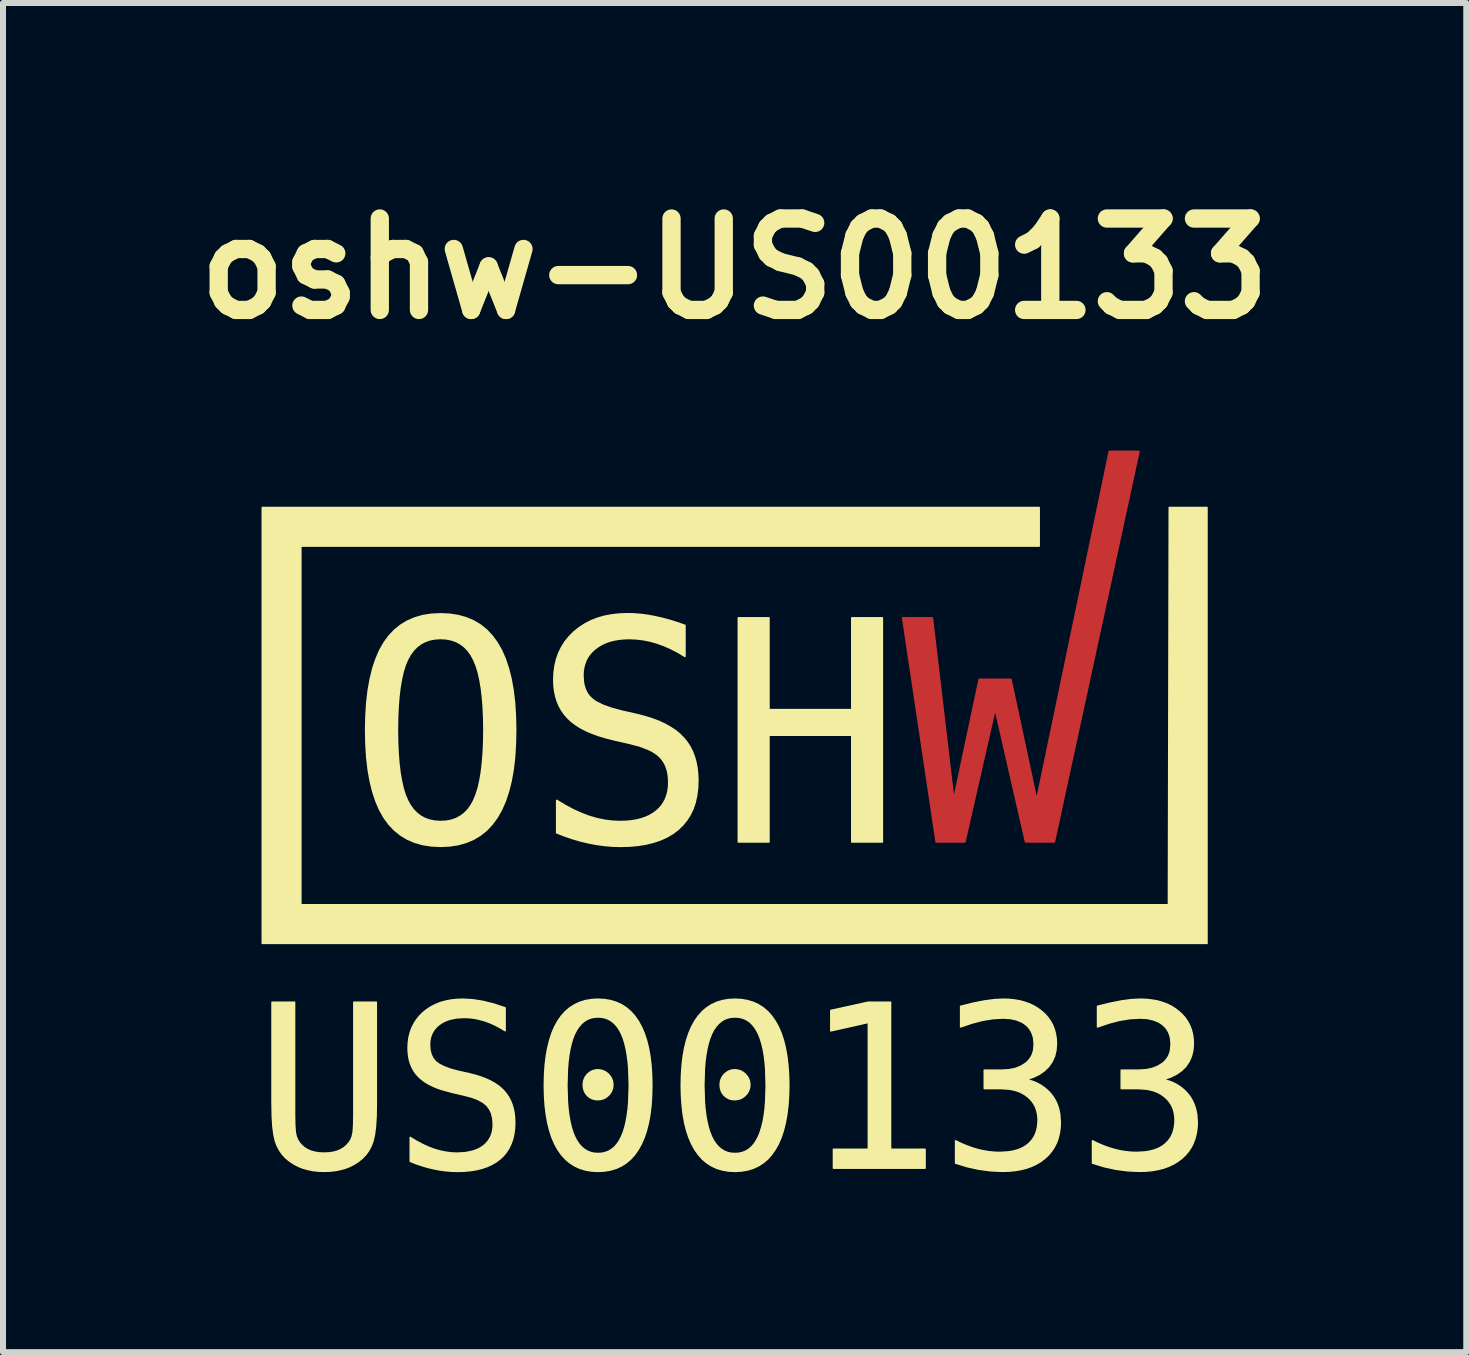
<source format=kicad_pcb>
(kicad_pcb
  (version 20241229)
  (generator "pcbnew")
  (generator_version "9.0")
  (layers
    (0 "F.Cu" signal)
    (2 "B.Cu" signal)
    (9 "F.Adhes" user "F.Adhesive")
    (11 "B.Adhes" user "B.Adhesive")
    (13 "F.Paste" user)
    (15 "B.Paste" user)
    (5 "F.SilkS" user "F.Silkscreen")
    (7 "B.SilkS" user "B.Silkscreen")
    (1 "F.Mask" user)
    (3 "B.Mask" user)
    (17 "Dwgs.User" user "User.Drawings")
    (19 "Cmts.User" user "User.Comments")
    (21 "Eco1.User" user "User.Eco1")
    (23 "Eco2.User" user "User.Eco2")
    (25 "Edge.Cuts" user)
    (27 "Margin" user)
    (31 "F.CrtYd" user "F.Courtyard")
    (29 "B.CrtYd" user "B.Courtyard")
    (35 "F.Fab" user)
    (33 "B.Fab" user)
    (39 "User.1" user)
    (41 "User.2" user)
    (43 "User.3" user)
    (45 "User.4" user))
  (footprint "oshw-US00133"
    (layer "F.Cu")
    (at 9.195 10.475)
    (property "Reference" "oshw-US00133" (at 0 -9.048 0) (layer "F.SilkS") (effects (font (size 1.524 1.524) (thickness 0.305))))
    (attr smd)
    (fp_poly (pts (xy 2.802 -3.226) (xy 3.295 -3.226) (xy 3.652 -0.195) (xy 4.077 -2.201) (xy 4.605 -2.201) (xy 5.035 -0.19) (xy 6.246 -6) (xy 6.739 -6) (xy 5.328 0.508) (xy 4.85 0.508) (xy 4.342 -1.711) (xy 3.837 0.508) (xy 3.36 0.508) (xy 2.802 -3.226) (xy 2.802 -3.226)) (stroke (width 0.028) (type solid)) (fill yes) (layer "F.Cu"))
    (fp_poly (pts (xy 2.802 -3.226) (xy 3.295 -3.226) (xy 3.652 -0.195) (xy 4.077 -2.201) (xy 4.605 -2.201) (xy 5.035 -0.19) (xy 6.246 -6) (xy 6.739 -6) (xy 5.328 0.508) (xy 4.85 0.508) (xy 4.342 -1.711) (xy 3.837 0.508) (xy 3.36 0.508) (xy 2.802 -3.226) (xy 2.802 -3.226)) (stroke (width 0.028) (type solid)) (fill yes) (layer "F.Mask"))
    (fp_poly (pts (xy 1.647 5.631) (xy 2.229 5.631) (xy 2.229 3.517) (xy 1.603 3.658) (xy 1.603 3.317) (xy 2.225 3.18) (xy 2.599 3.18) (xy 2.599 5.631) (xy 3.174 5.631) (xy 3.174 5.946) (xy 1.647 5.946) (xy 1.647 5.631)) (stroke (width 0.025) (type solid)) (fill yes) (layer "F.SilkS"))
    (fp_poly (pts (xy 0.063 -3.226) (xy 0.571 -3.226) (xy 0.571 -1.696) (xy 1.954 -1.696) (xy 1.954 -3.226) (xy 2.461 -3.226) (xy 2.461 0.508) (xy 1.954 0.508) (xy 1.954 -1.271) (xy 0.571 -1.271) (xy 0.571 0.508) (xy 0.063 0.508) (xy 0.063 -3.226)) (stroke (width 0.028) (type solid)) (fill yes) (layer "F.SilkS"))
    (fp_poly (pts (xy -7.872 -5.065) (xy -7.872 -4.745) (xy -7.872 1.878) (xy -7.872 2.198) (xy -7.552 2.198) (xy 7.552 2.198) (xy 7.872 2.198) (xy 7.872 1.878) (xy 7.872 -5.065) (xy 7.246 -5.065) (xy 7.232 1.557) (xy -7.232 1.557) (xy -7.232 -4.424) (xy 5.075 -4.424) (xy 5.075 -5.065) (xy -7.552 -5.065) (xy -7.872 -5.065) (xy -7.872 -5.065)) (stroke (width 0.028) (type solid)) (fill yes) (layer "F.SilkS"))
    (fp_poly (pts (xy -2.523 4.556) (xy -2.519 4.507) (xy -2.506 4.461) (xy -2.484 4.419) (xy -2.453 4.38) (xy -2.415 4.348) (xy -2.374 4.325) (xy -2.329 4.311) (xy -2.281 4.306) (xy -2.231 4.311) (xy -2.185 4.325) (xy -2.142 4.348) (xy -2.103 4.38) (xy -2.071 4.419) (xy -2.048 4.461) (xy -2.034 4.507) (xy -2.029 4.556) (xy -2.034 4.606) (xy -2.048 4.652) (xy -2.071 4.694) (xy -2.103 4.732) (xy -2.141 4.764) (xy -2.184 4.787) (xy -2.23 4.8) (xy -2.281 4.805) (xy -2.331 4.801) (xy -2.376 4.788) (xy -2.418 4.766) (xy -2.455 4.735) (xy -2.485 4.698) (xy -2.506 4.656) (xy -2.519 4.609) (xy -2.523 4.557) (xy -2.523 4.557) (xy -2.523 4.556)) (stroke (width 0.025) (type solid)) (fill yes) (layer "F.SilkS"))
    (fp_poly (pts (xy -0.241 4.556) (xy -0.237 4.507) (xy -0.224 4.461) (xy -0.202 4.419) (xy -0.171 4.38) (xy -0.133 4.348) (xy -0.092 4.325) (xy -0.047 4.311) (xy 0.001 4.306) (xy 0.051 4.311) (xy 0.098 4.325) (xy 0.14 4.348) (xy 0.179 4.38) (xy 0.212 4.419) (xy 0.235 4.461) (xy 0.249 4.507) (xy 0.254 4.556) (xy 0.249 4.606) (xy 0.235 4.652) (xy 0.212 4.694) (xy 0.179 4.732) (xy 0.141 4.764) (xy 0.099 4.787) (xy 0.052 4.8) (xy 0.001 4.805) (xy -0.048 4.801) (xy -0.094 4.788) (xy -0.135 4.766) (xy -0.173 4.735) (xy -0.203 4.698) (xy -0.224 4.656) (xy -0.237 4.609) (xy -0.241 4.557) (xy -0.241 4.557) (xy -0.241 4.556)) (stroke (width 0.025) (type solid)) (fill yes) (layer "F.SilkS"))
    (fp_poly (pts (xy -7.711 4.884) (xy -7.711 3.18) (xy -7.335 3.18) (xy -7.335 5.055) (xy -7.332 5.228) (xy -7.324 5.344) (xy -7.308 5.419) (xy -7.285 5.475) (xy -7.252 5.527) (xy -7.212 5.571) (xy -7.167 5.609) (xy -7.114 5.64) (xy -7.055 5.665) (xy -6.99 5.682) (xy -6.919 5.692) (xy -6.842 5.695) (xy -6.764 5.692) (xy -6.693 5.682) (xy -6.628 5.665) (xy -6.569 5.64) (xy -6.517 5.609) (xy -6.471 5.571) (xy -6.431 5.527) (xy -6.397 5.475) (xy -6.374 5.419) (xy -6.358 5.344) (xy -6.35 5.23) (xy -6.347 5.058) (xy -6.347 3.18) (xy -5.973 3.18) (xy -5.973 4.884) (xy -5.976 5.081) (xy -5.986 5.247) (xy -6.003 5.383) (xy -6.026 5.488) (xy -6.057 5.573) (xy -6.098 5.651) (xy -6.148 5.721) (xy -6.208 5.783) (xy -6.271 5.834) (xy -6.339 5.878) (xy -6.411 5.916) (xy -6.488 5.946) (xy -6.569 5.969) (xy -6.655 5.986) (xy -6.746 5.996) (xy -6.841 5.999) (xy -6.936 5.996) (xy -7.027 5.986) (xy -7.112 5.969) (xy -7.193 5.946) (xy -7.27 5.916) (xy -7.343 5.878) (xy -7.411 5.834) (xy -7.475 5.783) (xy -7.534 5.721) (xy -7.584 5.651) (xy -7.625 5.573) (xy -7.657 5.486) (xy -7.68 5.38) (xy -7.697 5.244) (xy -7.707 5.079) (xy -7.71 4.884) (xy -7.711 4.884)) (stroke (width 0.025) (type solid)) (fill yes) (layer "F.SilkS"))
    (fp_poly (pts (xy -2.277 3.13) (xy -2.277 3.426) (xy -2.213 3.43) (xy -2.154 3.443) (xy -2.099 3.465) (xy -2.048 3.496) (xy -2.001 3.536) (xy -1.958 3.584) (xy -1.92 3.641) (xy -1.886 3.707) (xy -1.855 3.782) (xy -1.829 3.867) (xy -1.807 3.96) (xy -1.789 4.063) (xy -1.774 4.174) (xy -1.764 4.295) (xy -1.756 4.565) (xy -1.764 4.834) (xy -1.774 4.955) (xy -1.789 5.066) (xy -1.807 5.169) (xy -1.829 5.262) (xy -1.855 5.346) (xy -1.886 5.421) (xy -1.92 5.487) (xy -1.958 5.544) (xy -2.001 5.593) (xy -2.048 5.632) (xy -2.099 5.663) (xy -2.154 5.685) (xy -2.213 5.698) (xy -2.277 5.702) (xy -2.34 5.698) (xy -2.399 5.685) (xy -2.454 5.663) (xy -2.505 5.632) (xy -2.552 5.593) (xy -2.595 5.544) (xy -2.633 5.487) (xy -2.668 5.421) (xy -2.698 5.346) (xy -2.724 5.262) (xy -2.746 5.169) (xy -2.764 5.066) (xy -2.778 4.955) (xy -2.788 4.834) (xy -2.796 4.565) (xy -2.788 4.295) (xy -2.778 4.174) (xy -2.764 4.063) (xy -2.746 3.96) (xy -2.724 3.867) (xy -2.698 3.782) (xy -2.668 3.707) (xy -2.633 3.641) (xy -2.595 3.584) (xy -2.552 3.536) (xy -2.505 3.496) (xy -2.454 3.465) (xy -2.399 3.443) (xy -2.34 3.43) (xy -2.277 3.426) (xy -2.277 3.13) (xy -2.384 3.136) (xy -2.485 3.153) (xy -2.578 3.181) (xy -2.665 3.221) (xy -2.746 3.272) (xy -2.819 3.334) (xy -2.886 3.408) (xy -2.946 3.493) (xy -2.999 3.589) (xy -3.045 3.696) (xy -3.083 3.814) (xy -3.115 3.943) (xy -3.14 4.083) (xy -3.158 4.233) (xy -3.168 4.394) (xy -3.172 4.566) (xy -3.168 4.738) (xy -3.158 4.898) (xy -3.14 5.048) (xy -3.115 5.188) (xy -3.083 5.316) (xy -3.045 5.434) (xy -2.999 5.541) (xy -2.946 5.637) (xy -2.886 5.722) (xy -2.819 5.796) (xy -2.746 5.858) (xy -2.665 5.909) (xy -2.578 5.949) (xy -2.485 5.977) (xy -2.384 5.994) (xy -2.277 6) (xy -2.17 5.994) (xy -2.069 5.977) (xy -1.975 5.949) (xy -1.888 5.909) (xy -1.808 5.858) (xy -1.735 5.796) (xy -1.668 5.722) (xy -1.608 5.637) (xy -1.555 5.541) (xy -1.508 5.434) (xy -1.469 5.316) (xy -1.437 5.188) (xy -1.412 5.048) (xy -1.394 4.898) (xy -1.384 4.738) (xy -1.38 4.566) (xy -1.384 4.394) (xy -1.394 4.233) (xy -1.412 4.083) (xy -1.437 3.943) (xy -1.469 3.814) (xy -1.508 3.696) (xy -1.555 3.589) (xy -1.608 3.493) (xy -1.668 3.408) (xy -1.735 3.334) (xy -1.808 3.272) (xy -1.888 3.221) (xy -1.975 3.181) (xy -2.069 3.153) (xy -2.17 3.136) (xy -2.277 3.13) (xy -2.277 3.13)) (stroke (width 0.025) (type solid)) (fill yes) (layer "F.SilkS"))
    (fp_poly (pts (xy 0.005 3.13) (xy 0.006 3.426) (xy 0.069 3.43) (xy 0.129 3.443) (xy 0.184 3.465) (xy 0.235 3.496) (xy 0.282 3.536) (xy 0.324 3.584) (xy 0.362 3.641) (xy 0.397 3.707) (xy 0.427 3.782) (xy 0.453 3.867) (xy 0.476 3.96) (xy 0.494 4.063) (xy 0.508 4.174) (xy 0.518 4.295) (xy 0.526 4.565) (xy 0.518 4.834) (xy 0.508 4.955) (xy 0.494 5.066) (xy 0.476 5.169) (xy 0.453 5.262) (xy 0.427 5.346) (xy 0.397 5.421) (xy 0.362 5.487) (xy 0.324 5.544) (xy 0.282 5.593) (xy 0.235 5.632) (xy 0.184 5.663) (xy 0.129 5.685) (xy 0.069 5.698) (xy 0.006 5.702) (xy -0.058 5.698) (xy -0.117 5.685) (xy -0.172 5.663) (xy -0.223 5.632) (xy -0.269 5.593) (xy -0.312 5.544) (xy -0.351 5.487) (xy -0.385 5.421) (xy -0.415 5.346) (xy -0.441 5.262) (xy -0.463 5.169) (xy -0.481 5.066) (xy -0.495 4.955) (xy -0.505 4.834) (xy -0.513 4.565) (xy -0.505 4.295) (xy -0.495 4.174) (xy -0.481 4.063) (xy -0.463 3.96) (xy -0.441 3.867) (xy -0.415 3.782) (xy -0.385 3.707) (xy -0.351 3.641) (xy -0.312 3.584) (xy -0.269 3.536) (xy -0.223 3.496) (xy -0.172 3.465) (xy -0.117 3.443) (xy -0.058 3.43) (xy 0.006 3.426) (xy 0.005 3.13) (xy -0.102 3.136) (xy -0.202 3.153) (xy -0.296 3.181) (xy -0.383 3.221) (xy -0.463 3.272) (xy -0.537 3.334) (xy -0.603 3.408) (xy -0.663 3.493) (xy -0.716 3.589) (xy -0.762 3.696) (xy -0.801 3.814) (xy -0.833 3.943) (xy -0.858 4.083) (xy -0.875 4.233) (xy -0.886 4.394) (xy -0.89 4.566) (xy -0.886 4.738) (xy -0.875 4.898) (xy -0.858 5.048) (xy -0.833 5.188) (xy -0.801 5.316) (xy -0.762 5.434) (xy -0.716 5.541) (xy -0.663 5.637) (xy -0.603 5.722) (xy -0.537 5.796) (xy -0.463 5.858) (xy -0.383 5.909) (xy -0.296 5.949) (xy -0.202 5.977) (xy -0.102 5.994) (xy 0.005 6) (xy 0.113 5.994) (xy 0.213 5.977) (xy 0.307 5.949) (xy 0.394 5.909) (xy 0.474 5.858) (xy 0.548 5.796) (xy 0.614 5.722) (xy 0.674 5.637) (xy 0.728 5.541) (xy 0.774 5.434) (xy 0.813 5.316) (xy 0.845 5.188) (xy 0.87 5.048) (xy 0.888 4.898) (xy 0.899 4.738) (xy 0.903 4.566) (xy 0.899 4.394) (xy 0.888 4.233) (xy 0.87 4.083) (xy 0.845 3.943) (xy 0.813 3.814) (xy 0.774 3.696) (xy 0.728 3.589) (xy 0.674 3.493) (xy 0.614 3.408) (xy 0.548 3.334) (xy 0.474 3.272) (xy 0.394 3.221) (xy 0.307 3.181) (xy 0.213 3.153) (xy 0.113 3.136) (xy 0.006 3.13) (xy 0.005 3.13)) (stroke (width 0.025) (type solid)) (fill yes) (layer "F.SilkS"))
    (fp_poly (pts (xy -4.178 -1.356) (xy -3.651 -1.355) (xy -3.656 -1.119) (xy -3.67 -0.898) (xy -3.694 -0.693) (xy -3.728 -0.503) (xy -3.772 -0.329) (xy -3.825 -0.17) (xy -3.888 -0.027) (xy -3.961 0.101) (xy -4.043 0.213) (xy -4.135 0.311) (xy -4.237 0.393) (xy -4.35 0.461) (xy -4.472 0.513) (xy -4.605 0.551) (xy -4.748 0.573) (xy -4.901 0.58) (xy -5.054 0.573) (xy -5.197 0.551) (xy -5.33 0.513) (xy -5.453 0.461) (xy -5.565 0.394) (xy -5.667 0.312) (xy -5.76 0.215) (xy -5.842 0.103) (xy -5.914 -0.024) (xy -5.976 -0.167) (xy -6.029 -0.326) (xy -6.072 -0.5) (xy -6.106 -0.69) (xy -6.13 -0.896) (xy -6.144 -1.118) (xy -6.149 -1.355) (xy -6.144 -1.592) (xy -6.13 -1.813) (xy -6.106 -2.018) (xy -6.072 -2.208) (xy -6.029 -2.383) (xy -5.976 -2.542) (xy -5.914 -2.685) (xy -5.841 -2.813) (xy -5.759 -2.925) (xy -5.666 -3.023) (xy -5.564 -3.105) (xy -5.451 -3.173) (xy -5.329 -3.225) (xy -5.196 -3.263) (xy -5.054 -3.285) (xy -4.901 -3.292) (xy -4.748 -3.285) (xy -4.605 -3.263) (xy -4.472 -3.225) (xy -4.35 -3.173) (xy -4.237 -3.105) (xy -4.135 -3.023) (xy -4.043 -2.925) (xy -3.961 -2.813) (xy -3.888 -2.685) (xy -3.825 -2.542) (xy -3.772 -2.383) (xy -3.728 -2.208) (xy -3.694 -2.018) (xy -3.67 -1.813) (xy -3.656 -1.592) (xy -3.651 -1.355) (xy -3.651 -1.355) (xy -4.178 -1.356) (xy -4.181 -1.554) (xy -4.189 -1.738) (xy -4.203 -1.907) (xy -4.221 -2.061) (xy -4.245 -2.2) (xy -4.274 -2.325) (xy -4.309 -2.436) (xy -4.349 -2.531) (xy -4.394 -2.614) (xy -4.446 -2.685) (xy -4.505 -2.746) (xy -4.571 -2.795) (xy -4.643 -2.834) (xy -4.723 -2.862) (xy -4.809 -2.878) (xy -4.902 -2.884) (xy -4.994 -2.878) (xy -5.08 -2.862) (xy -5.159 -2.834) (xy -5.231 -2.796) (xy -5.297 -2.746) (xy -5.356 -2.685) (xy -5.408 -2.614) (xy -5.454 -2.531) (xy -5.494 -2.436) (xy -5.528 -2.325) (xy -5.556 -2.201) (xy -5.58 -2.061) (xy -5.598 -1.907) (xy -5.611 -1.738) (xy -5.619 -1.554) (xy -5.622 -1.356) (xy -5.619 -1.158) (xy -5.611 -0.975) (xy -5.598 -0.806) (xy -5.58 -0.652) (xy -5.556 -0.513) (xy -5.528 -0.388) (xy -5.494 -0.278) (xy -5.454 -0.183) (xy -5.408 -0.1) (xy -5.356 -0.029) (xy -5.297 0.032) (xy -5.231 0.082) (xy -5.159 0.12) (xy -5.08 0.148) (xy -4.994 0.164) (xy -4.902 0.17) (xy -4.809 0.165) (xy -4.723 0.149) (xy -4.643 0.121) (xy -4.571 0.083) (xy -4.505 0.034) (xy -4.446 -0.026) (xy -4.394 -0.097) (xy -4.349 -0.179) (xy -4.309 -0.275) (xy -4.274 -0.385) (xy -4.245 -0.51) (xy -4.221 -0.65) (xy -4.203 -0.804) (xy -4.189 -0.973) (xy -4.181 -1.157) (xy -4.178 -1.355) (xy -4.178 -1.356)) (stroke (width 0.028) (type solid)) (fill yes) (layer "F.SilkS"))
    (fp_poly (pts (xy 4.867 4.466) (xy 4.995 4.509) (xy 5.053 4.536) (xy 5.107 4.566) (xy 5.157 4.6) (xy 5.203 4.638) (xy 5.246 4.679) (xy 5.284 4.723) (xy 5.318 4.77) (xy 5.347 4.821) (xy 5.372 4.874) (xy 5.392 4.93) (xy 5.408 4.989) (xy 5.419 5.05) (xy 5.428 5.183) (xy 5.424 5.276) (xy 5.412 5.363) (xy 5.392 5.446) (xy 5.364 5.524) (xy 5.327 5.596) (xy 5.283 5.664) (xy 5.231 5.726) (xy 5.17 5.783) (xy 5.103 5.834) (xy 5.03 5.878) (xy 4.951 5.915) (xy 4.865 5.946) (xy 4.773 5.969) (xy 4.675 5.986) (xy 4.571 5.996) (xy 4.461 5.999) (xy 4.268 5.99) (xy 4.072 5.964) (xy 3.875 5.921) (xy 3.683 5.862) (xy 3.683 5.49) (xy 3.777 5.536) (xy 3.87 5.575) (xy 3.963 5.609) (xy 4.055 5.636) (xy 4.147 5.657) (xy 4.238 5.672) (xy 4.329 5.681) (xy 4.42 5.684) (xy 4.565 5.675) (xy 4.631 5.664) (xy 4.692 5.649) (xy 4.749 5.63) (xy 4.801 5.606) (xy 4.849 5.578) (xy 4.893 5.545) (xy 4.931 5.508) (xy 4.965 5.468) (xy 4.993 5.424) (xy 5.016 5.376) (xy 5.034 5.324) (xy 5.047 5.268) (xy 5.055 5.208) (xy 5.058 5.145) (xy 5.055 5.086) (xy 5.047 5.031) (xy 5.034 4.978) (xy 5.016 4.929) (xy 4.993 4.883) (xy 4.965 4.84) (xy 4.931 4.8) (xy 4.893 4.763) (xy 4.85 4.73) (xy 4.803 4.701) (xy 4.753 4.676) (xy 4.699 4.656) (xy 4.641 4.641) (xy 4.58 4.629) (xy 4.446 4.62) (xy 4.161 4.62) (xy 4.161 4.313) (xy 4.446 4.313) (xy 4.568 4.306) (xy 4.676 4.285) (xy 4.769 4.249) (xy 4.848 4.2) (xy 4.882 4.17) (xy 4.911 4.138) (xy 4.936 4.103) (xy 4.957 4.065) (xy 4.972 4.024) (xy 4.984 3.981) (xy 4.993 3.885) (xy 4.985 3.785) (xy 4.974 3.739) (xy 4.959 3.697) (xy 4.94 3.658) (xy 4.917 3.622) (xy 4.89 3.589) (xy 4.858 3.559) (xy 4.823 3.532) (xy 4.784 3.509) (xy 4.696 3.473) (xy 4.593 3.451) (xy 4.476 3.444) (xy 4.309 3.453) (xy 4.135 3.481) (xy 3.955 3.528) (xy 3.767 3.592) (xy 3.767 3.248) (xy 3.978 3.196) (xy 4.165 3.159) (xy 4.331 3.137) (xy 4.476 3.13) (xy 4.575 3.133) (xy 4.668 3.143) (xy 4.756 3.158) (xy 4.839 3.181) (xy 4.917 3.209) (xy 4.99 3.244) (xy 5.058 3.286) (xy 5.121 3.334) (xy 5.178 3.386) (xy 5.227 3.443) (xy 5.269 3.504) (xy 5.303 3.569) (xy 5.329 3.638) (xy 5.348 3.712) (xy 5.36 3.789) (xy 5.364 3.871) (xy 5.356 3.98) (xy 5.332 4.08) (xy 5.292 4.17) (xy 5.236 4.251) (xy 5.165 4.321) (xy 5.081 4.38) (xy 4.981 4.429) (xy 4.867 4.466) (xy 4.867 4.465) (xy 4.867 4.466)) (stroke (width 0.025) (type solid)) (fill yes) (layer "F.SilkS"))
    (fp_poly (pts (xy 7.149 4.466) (xy 7.278 4.509) (xy 7.336 4.536) (xy 7.39 4.566) (xy 7.44 4.6) (xy 7.486 4.638) (xy 7.528 4.679) (xy 7.566 4.723) (xy 7.6 4.77) (xy 7.629 4.821) (xy 7.654 4.874) (xy 7.674 4.93) (xy 7.69 4.989) (xy 7.702 5.05) (xy 7.711 5.183) (xy 7.707 5.276) (xy 7.694 5.363) (xy 7.674 5.446) (xy 7.646 5.524) (xy 7.61 5.596) (xy 7.566 5.664) (xy 7.513 5.726) (xy 7.453 5.783) (xy 7.386 5.834) (xy 7.313 5.878) (xy 7.233 5.915) (xy 7.148 5.946) (xy 7.056 5.969) (xy 6.958 5.986) (xy 6.854 5.996) (xy 6.743 5.999) (xy 6.551 5.99) (xy 6.354 5.964) (xy 6.158 5.921) (xy 5.965 5.862) (xy 5.965 5.49) (xy 6.059 5.536) (xy 6.153 5.575) (xy 6.246 5.609) (xy 6.338 5.636) (xy 6.429 5.657) (xy 6.521 5.672) (xy 6.612 5.681) (xy 6.703 5.684) (xy 6.848 5.675) (xy 6.913 5.664) (xy 6.975 5.649) (xy 7.031 5.63) (xy 7.084 5.606) (xy 7.132 5.578) (xy 7.175 5.545) (xy 7.214 5.508) (xy 7.247 5.468) (xy 7.276 5.424) (xy 7.299 5.376) (xy 7.317 5.324) (xy 7.33 5.268) (xy 7.338 5.208) (xy 7.341 5.145) (xy 7.338 5.086) (xy 7.33 5.031) (xy 7.317 4.978) (xy 7.299 4.929) (xy 7.276 4.883) (xy 7.247 4.84) (xy 7.214 4.8) (xy 7.175 4.763) (xy 7.132 4.73) (xy 7.086 4.701) (xy 7.035 4.676) (xy 6.981 4.656) (xy 6.924 4.641) (xy 6.862 4.629) (xy 6.729 4.62) (xy 6.444 4.62) (xy 6.444 4.313) (xy 6.729 4.313) (xy 6.851 4.306) (xy 6.958 4.285) (xy 7.051 4.249) (xy 7.131 4.2) (xy 7.165 4.17) (xy 7.194 4.138) (xy 7.219 4.103) (xy 7.239 4.065) (xy 7.255 4.024) (xy 7.266 3.981) (xy 7.275 3.885) (xy 7.267 3.785) (xy 7.257 3.739) (xy 7.242 3.697) (xy 7.223 3.658) (xy 7.2 3.622) (xy 7.172 3.589) (xy 7.14 3.559) (xy 7.105 3.532) (xy 7.067 3.509) (xy 6.978 3.473) (xy 6.876 3.451) (xy 6.759 3.444) (xy 6.591 3.453) (xy 6.418 3.481) (xy 6.238 3.528) (xy 6.049 3.592) (xy 6.049 3.248) (xy 6.261 3.196) (xy 6.448 3.159) (xy 6.613 3.137) (xy 6.759 3.13) (xy 6.857 3.133) (xy 6.951 3.143) (xy 7.039 3.158) (xy 7.122 3.181) (xy 7.2 3.209) (xy 7.273 3.244) (xy 7.341 3.286) (xy 7.403 3.334) (xy 7.46 3.386) (xy 7.51 3.443) (xy 7.551 3.504) (xy 7.585 3.569) (xy 7.612 3.638) (xy 7.631 3.712) (xy 7.642 3.789) (xy 7.646 3.871) (xy 7.638 3.98) (xy 7.614 4.08) (xy 7.574 4.17) (xy 7.519 4.251) (xy 7.448 4.321) (xy 7.363 4.38) (xy 7.264 4.429) (xy 7.15 4.466) (xy 7.15 4.465) (xy 7.149 4.466)) (stroke (width 0.025) (type solid)) (fill yes) (layer "F.SilkS"))
    (fp_poly (pts (xy -3.826 3.274) (xy -3.826 3.654) (xy -3.911 3.603) (xy -3.997 3.558) (xy -4.082 3.52) (xy -4.168 3.489) (xy -4.254 3.465) (xy -4.34 3.447) (xy -4.426 3.437) (xy -4.513 3.434) (xy -4.639 3.442) (xy -4.75 3.465) (xy -4.801 3.483) (xy -4.848 3.504) (xy -4.891 3.529) (xy -4.932 3.558) (xy -4.968 3.59) (xy -4.999 3.625) (xy -5.025 3.662) (xy -5.047 3.702) (xy -5.064 3.745) (xy -5.076 3.791) (xy -5.083 3.839) (xy -5.085 3.89) (xy -5.079 3.976) (xy -5.06 4.052) (xy -5.029 4.116) (xy -4.985 4.17) (xy -4.923 4.216) (xy -4.839 4.258) (xy -4.734 4.297) (xy -4.607 4.331) (xy -4.41 4.375) (xy -4.316 4.4) (xy -4.229 4.427) (xy -4.148 4.458) (xy -4.074 4.492) (xy -4.006 4.529) (xy -3.945 4.57) (xy -3.891 4.614) (xy -3.843 4.661) (xy -3.802 4.712) (xy -3.765 4.767) (xy -3.735 4.826) (xy -3.71 4.89) (xy -3.69 4.959) (xy -3.676 5.032) (xy -3.668 5.109) (xy -3.665 5.19) (xy -3.669 5.286) (xy -3.681 5.376) (xy -3.7 5.46) (xy -3.727 5.538) (xy -3.761 5.61) (xy -3.803 5.677) (xy -3.853 5.738) (xy -3.91 5.792) (xy -3.975 5.841) (xy -4.046 5.883) (xy -4.125 5.919) (xy -4.21 5.948) (xy -4.303 5.971) (xy -4.402 5.987) (xy -4.508 5.997) (xy -4.622 6) (xy -4.719 5.997) (xy -4.817 5.989) (xy -4.914 5.976) (xy -5.013 5.957) (xy -5.111 5.934) (xy -5.209 5.905) (xy -5.308 5.872) (xy -5.407 5.833) (xy -5.407 5.434) (xy -5.302 5.498) (xy -5.2 5.552) (xy -5.101 5.597) (xy -5.005 5.633) (xy -4.91 5.66) (xy -4.814 5.68) (xy -4.718 5.692) (xy -4.622 5.696) (xy -4.488 5.688) (xy -4.37 5.664) (xy -4.316 5.646) (xy -4.267 5.625) (xy -4.222 5.599) (xy -4.181 5.57) (xy -4.144 5.536) (xy -4.112 5.5) (xy -4.085 5.46) (xy -4.062 5.417) (xy -4.045 5.371) (xy -4.033 5.322) (xy -4.026 5.269) (xy -4.024 5.214) (xy -4.031 5.116) (xy -4.051 5.031) (xy -4.086 4.958) (xy -4.133 4.897) (xy -4.197 4.846) (xy -4.281 4.8) (xy -4.385 4.761) (xy -4.509 4.729) (xy -4.71 4.682) (xy -4.889 4.633) (xy -4.969 4.605) (xy -5.042 4.573) (xy -5.109 4.539) (xy -5.169 4.502) (xy -5.222 4.462) (xy -5.269 4.419) (xy -5.31 4.373) (xy -5.345 4.324) (xy -5.375 4.27) (xy -5.399 4.213) (xy -5.419 4.152) (xy -5.432 4.088) (xy -5.44 4.019) (xy -5.443 3.947) (xy -5.439 3.857) (xy -5.428 3.771) (xy -5.408 3.69) (xy -5.381 3.613) (xy -5.346 3.542) (xy -5.303 3.474) (xy -5.253 3.412) (xy -5.195 3.354) (xy -5.13 3.302) (xy -5.059 3.256) (xy -4.984 3.218) (xy -4.904 3.186) (xy -4.818 3.162) (xy -4.728 3.144) (xy -4.632 3.134) (xy -4.531 3.13) (xy -4.368 3.139) (xy -4.196 3.166) (xy -4.015 3.211) (xy -3.826 3.274) (xy -3.826 3.274) (xy -3.826 3.274)) (stroke (width 0.025) (type solid)) (fill yes) (layer "F.SilkS"))
    (fp_poly (pts (xy -0.829 -3.098) (xy -0.829 -2.585) (xy -0.944 -2.655) (xy -1.06 -2.715) (xy -1.176 -2.766) (xy -1.292 -2.808) (xy -1.407 -2.841) (xy -1.523 -2.864) (xy -1.64 -2.878) (xy -1.757 -2.883) (xy -1.844 -2.88) (xy -1.926 -2.872) (xy -2.004 -2.859) (xy -2.077 -2.841) (xy -2.145 -2.817) (xy -2.209 -2.788) (xy -2.268 -2.754) (xy -2.322 -2.715) (xy -2.371 -2.672) (xy -2.413 -2.625) (xy -2.449 -2.575) (xy -2.478 -2.521) (xy -2.5 -2.463) (xy -2.517 -2.401) (xy -2.527 -2.336) (xy -2.53 -2.268) (xy -2.522 -2.151) (xy -2.511 -2.098) (xy -2.496 -2.049) (xy -2.477 -2.004) (xy -2.454 -1.962) (xy -2.427 -1.924) (xy -2.395 -1.89) (xy -2.357 -1.858) (xy -2.312 -1.827) (xy -2.199 -1.77) (xy -2.057 -1.719) (xy -1.885 -1.672) (xy -1.62 -1.612) (xy -1.493 -1.579) (xy -1.375 -1.542) (xy -1.266 -1.501) (xy -1.166 -1.455) (xy -1.075 -1.404) (xy -0.992 -1.35) (xy -0.919 -1.291) (xy -0.855 -1.227) (xy -0.798 -1.158) (xy -0.749 -1.084) (xy -0.708 -1.003) (xy -0.674 -0.917) (xy -0.648 -0.825) (xy -0.629 -0.726) (xy -0.618 -0.622) (xy -0.614 -0.512) (xy -0.619 -0.383) (xy -0.635 -0.261) (xy -0.66 -0.148) (xy -0.696 -0.042) (xy -0.743 0.055) (xy -0.8 0.145) (xy -0.867 0.227) (xy -0.944 0.301) (xy -1.031 0.367) (xy -1.128 0.424) (xy -1.234 0.472) (xy -1.349 0.511) (xy -1.474 0.542) (xy -1.608 0.564) (xy -1.752 0.577) (xy -1.904 0.581) (xy -2.036 0.577) (xy -2.168 0.566) (xy -2.3 0.548) (xy -2.432 0.523) (xy -2.565 0.492) (xy -2.698 0.453) (xy -2.831 0.408) (xy -2.965 0.355) (xy -2.965 -0.183) (xy -2.823 -0.097) (xy -2.685 -0.024) (xy -2.552 0.036) (xy -2.422 0.085) (xy -2.293 0.122) (xy -2.164 0.149) (xy -2.034 0.165) (xy -1.904 0.17) (xy -1.811 0.167) (xy -1.724 0.159) (xy -1.641 0.145) (xy -1.564 0.127) (xy -1.492 0.103) (xy -1.426 0.074) (xy -1.365 0.039) (xy -1.309 -0.001) (xy -1.259 -0.046) (xy -1.216 -0.095) (xy -1.18 -0.149) (xy -1.15 -0.207) (xy -1.127 -0.269) (xy -1.11 -0.335) (xy -1.1 -0.406) (xy -1.097 -0.481) (xy -1.099 -0.549) (xy -1.106 -0.613) (xy -1.117 -0.672) (xy -1.134 -0.728) (xy -1.154 -0.779) (xy -1.18 -0.826) (xy -1.21 -0.869) (xy -1.244 -0.908) (xy -1.284 -0.944) (xy -1.33 -0.978) (xy -1.384 -1.01) (xy -1.444 -1.039) (xy -1.584 -1.092) (xy -1.752 -1.136) (xy -2.022 -1.198) (xy -2.148 -1.23) (xy -2.264 -1.265) (xy -2.372 -1.304) (xy -2.471 -1.346) (xy -2.561 -1.392) (xy -2.642 -1.442) (xy -2.714 -1.496) (xy -2.777 -1.554) (xy -2.832 -1.616) (xy -2.88 -1.683) (xy -2.921 -1.755) (xy -2.954 -1.832) (xy -2.979 -1.914) (xy -2.998 -2.001) (xy -3.009 -2.094) (xy -3.013 -2.191) (xy -3.008 -2.313) (xy -2.992 -2.429) (xy -2.966 -2.538) (xy -2.929 -2.642) (xy -2.882 -2.738) (xy -2.825 -2.829) (xy -2.756 -2.913) (xy -2.678 -2.992) (xy -2.59 -3.062) (xy -2.495 -3.124) (xy -2.394 -3.176) (xy -2.285 -3.219) (xy -2.17 -3.252) (xy -2.048 -3.275) (xy -1.919 -3.289) (xy -1.783 -3.294) (xy -1.674 -3.291) (xy -1.562 -3.282) (xy -1.447 -3.267) (xy -1.33 -3.245) (xy -1.21 -3.218) (xy -1.086 -3.185) (xy -0.96 -3.146) (xy -0.83 -3.1) (xy -0.829 -3.098)) (stroke (width 0.028) (type solid)) (fill yes) (layer "F.SilkS")))
  (gr_rect
    (start -3 -3)
    (end 21.39 19.488)
    (stroke (width 0.1) (type default))
    (fill no)
    (layer "Edge.Cuts")))
</source>
